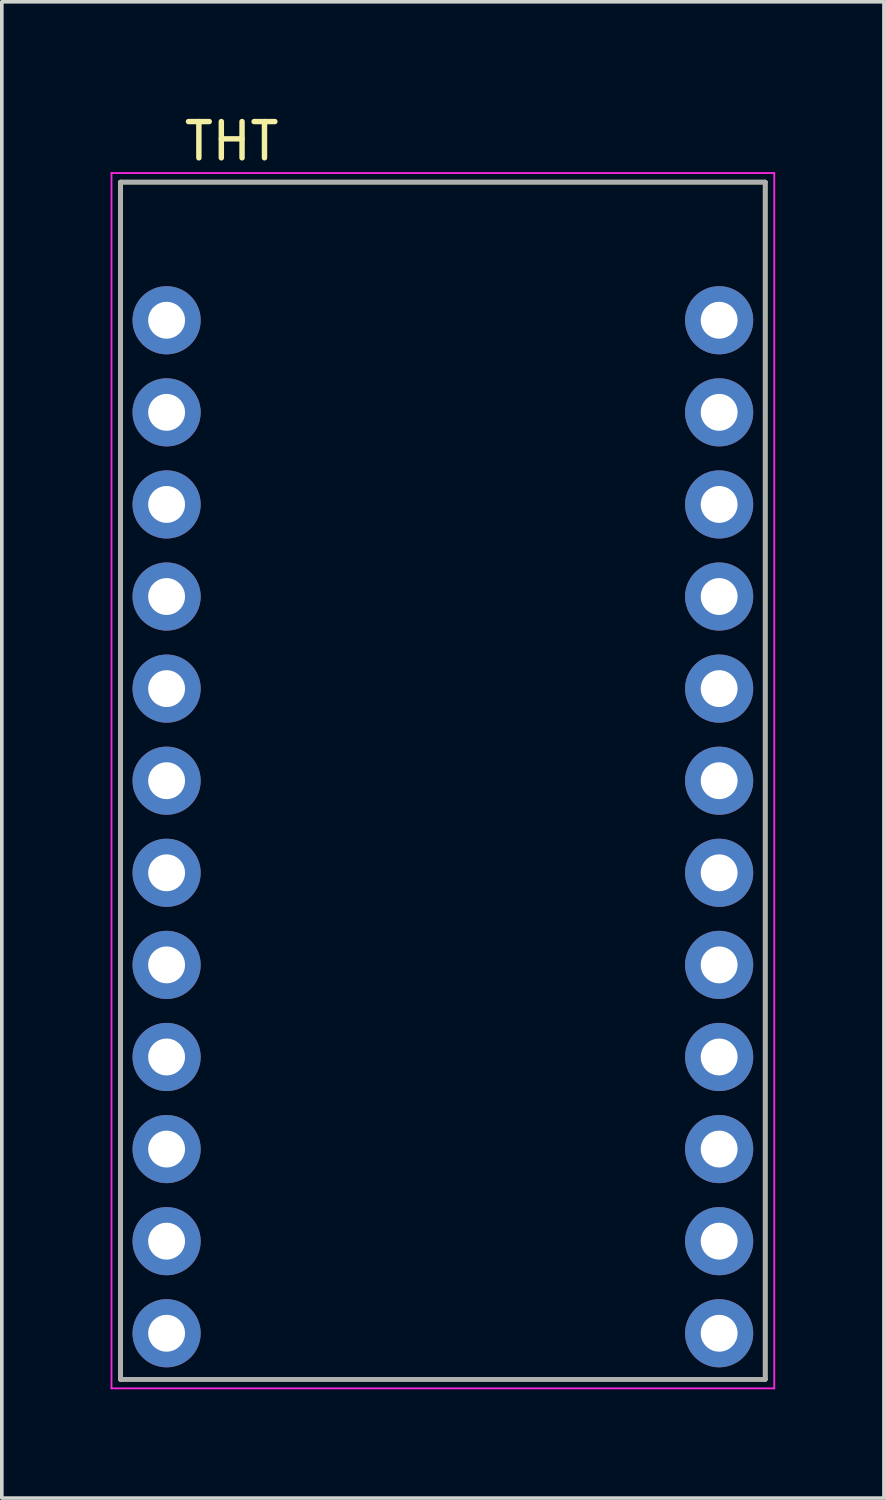
<source format=kicad_pcb>
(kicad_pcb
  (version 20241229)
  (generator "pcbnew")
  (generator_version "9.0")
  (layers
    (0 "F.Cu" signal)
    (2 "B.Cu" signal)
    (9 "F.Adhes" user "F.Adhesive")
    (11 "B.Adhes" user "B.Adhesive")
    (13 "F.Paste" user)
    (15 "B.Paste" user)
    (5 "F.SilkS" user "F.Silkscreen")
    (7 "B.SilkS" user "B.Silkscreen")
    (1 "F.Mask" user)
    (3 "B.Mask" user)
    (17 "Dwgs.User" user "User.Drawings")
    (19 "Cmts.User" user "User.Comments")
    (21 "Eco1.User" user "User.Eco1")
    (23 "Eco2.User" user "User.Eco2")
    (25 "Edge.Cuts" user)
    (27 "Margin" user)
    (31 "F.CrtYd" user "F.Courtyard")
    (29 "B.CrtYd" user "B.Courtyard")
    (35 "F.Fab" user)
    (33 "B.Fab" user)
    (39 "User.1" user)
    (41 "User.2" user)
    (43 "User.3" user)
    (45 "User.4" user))
  (footprint "THT"
    (layer "F.Cu")
    (at 9.165 18.483)
    (property "Reference" "THT" (at -5.825 -17.635 0) (layer "F.SilkS") (effects (font (size 1 1) (thickness 0.15))))
    (attr through_hole)
    (fp_line (start -8.89 -16.51) (end -8.89 16.51) (stroke (width 0.127) (type solid)) (layer "F.SilkS"))
    (fp_line (start -8.89 16.51) (end 8.89 16.51) (stroke (width 0.127) (type solid)) (layer "F.SilkS"))
    (fp_line (start 8.89 -16.51) (end -8.89 -16.51) (stroke (width 0.127) (type solid)) (layer "F.SilkS"))
    (fp_line (start 8.89 16.51) (end 8.89 -16.51) (stroke (width 0.127) (type solid)) (layer "F.SilkS"))
    (fp_line (start -9.14 -16.76) (end 9.14 -16.76) (stroke (width 0.05) (type solid)) (layer "F.CrtYd"))
    (fp_line (start -9.14 16.76) (end -9.14 -16.76) (stroke (width 0.05) (type solid)) (layer "F.CrtYd"))
    (fp_line (start 9.14 -16.76) (end 9.14 16.76) (stroke (width 0.05) (type solid)) (layer "F.CrtYd"))
    (fp_line (start 9.14 16.76) (end -9.14 16.76) (stroke (width 0.05) (type solid)) (layer "F.CrtYd"))
    (fp_line (start -8.89 -16.51) (end -8.89 16.51) (stroke (width 0.127) (type solid)) (layer "F.Fab"))
    (fp_line (start -8.89 16.51) (end 8.89 16.51) (stroke (width 0.127) (type solid)) (layer "F.Fab"))
    (fp_line (start 8.89 -16.51) (end -8.89 -16.51) (stroke (width 0.127) (type solid)) (layer "F.Fab"))
    (fp_line (start 8.89 16.51) (end 8.89 -16.51) (stroke (width 0.127) (type solid)) (layer "F.Fab"))
    (pad "JP6_1" thru_hole circle (at 7.62 -12.7) (size 1.88 1.88) (drill 1.016) (layers "*.Cu" "*.Mask"))
    (pad "JP6_2" thru_hole circle (at 7.62 -10.16) (size 1.88 1.88) (drill 1.016) (layers "*.Cu" "*.Mask"))
    (pad "JP6_3" thru_hole circle (at 7.62 -7.62) (size 1.88 1.88) (drill 1.016) (layers "*.Cu" "*.Mask"))
    (pad "JP6_4" thru_hole circle (at 7.62 -5.08) (size 1.88 1.88) (drill 1.016) (layers "*.Cu" "*.Mask"))
    (pad "JP6_5" thru_hole circle (at 7.62 -2.54) (size 1.88 1.88) (drill 1.016) (layers "*.Cu" "*.Mask"))
    (pad "JP6_6" thru_hole circle (at 7.62 0) (size 1.88 1.88) (drill 1.016) (layers "*.Cu" "*.Mask"))
    (pad "JP6_7" thru_hole circle (at 7.62 2.54) (size 1.88 1.88) (drill 1.016) (layers "*.Cu" "*.Mask"))
    (pad "JP6_8" thru_hole circle (at 7.62 5.08) (size 1.88 1.88) (drill 1.016) (layers "*.Cu" "*.Mask"))
    (pad "JP6_9" thru_hole circle (at 7.62 7.62) (size 1.88 1.88) (drill 1.016) (layers "*.Cu" "*.Mask"))
    (pad "JP6_10" thru_hole circle (at 7.62 10.16) (size 1.88 1.88) (drill 1.016) (layers "*.Cu" "*.Mask"))
    (pad "JP6_11" thru_hole circle (at 7.62 12.7) (size 1.88 1.88) (drill 1.016) (layers "*.Cu" "*.Mask"))
    (pad "JP6_12" thru_hole circle (at 7.62 15.24) (size 1.88 1.88) (drill 1.016) (layers "*.Cu" "*.Mask"))
    (pad "JP7_1" thru_hole circle (at -7.62 15.24) (size 1.88 1.88) (drill 1.016) (layers "*.Cu" "*.Mask"))
    (pad "JP7_2" thru_hole circle (at -7.62 12.7) (size 1.88 1.88) (drill 1.016) (layers "*.Cu" "*.Mask"))
    (pad "JP7_3" thru_hole circle (at -7.62 10.16) (size 1.88 1.88) (drill 1.016) (layers "*.Cu" "*.Mask"))
    (pad "JP7_4" thru_hole circle (at -7.62 7.62) (size 1.88 1.88) (drill 1.016) (layers "*.Cu" "*.Mask"))
    (pad "JP7_5" thru_hole circle (at -7.62 5.08) (size 1.88 1.88) (drill 1.016) (layers "*.Cu" "*.Mask"))
    (pad "JP7_6" thru_hole circle (at -7.62 2.54) (size 1.88 1.88) (drill 1.016) (layers "*.Cu" "*.Mask"))
    (pad "JP7_7" thru_hole circle (at -7.62 0) (size 1.88 1.88) (drill 1.016) (layers "*.Cu" "*.Mask"))
    (pad "JP7_8" thru_hole circle (at -7.62 -2.54) (size 1.88 1.88) (drill 1.016) (layers "*.Cu" "*.Mask"))
    (pad "JP7_9" thru_hole circle (at -7.62 -5.08) (size 1.88 1.88) (drill 1.016) (layers "*.Cu" "*.Mask"))
    (pad "JP7_10" thru_hole circle (at -7.62 -7.62) (size 1.88 1.88) (drill 1.016) (layers "*.Cu" "*.Mask"))
    (pad "JP7_11" thru_hole circle (at -7.62 -10.16) (size 1.88 1.88) (drill 1.016) (layers "*.Cu" "*.Mask"))
    (pad "JP7_12" thru_hole circle (at -7.62 -12.7) (size 1.88 1.88) (drill 1.016) (layers "*.Cu" "*.Mask")))
  (gr_rect
    (start -3 -3)
    (end 21.33 38.268)
    (stroke (width 0.1) (type default))
    (fill no)
    (layer "Edge.Cuts")))
</source>
